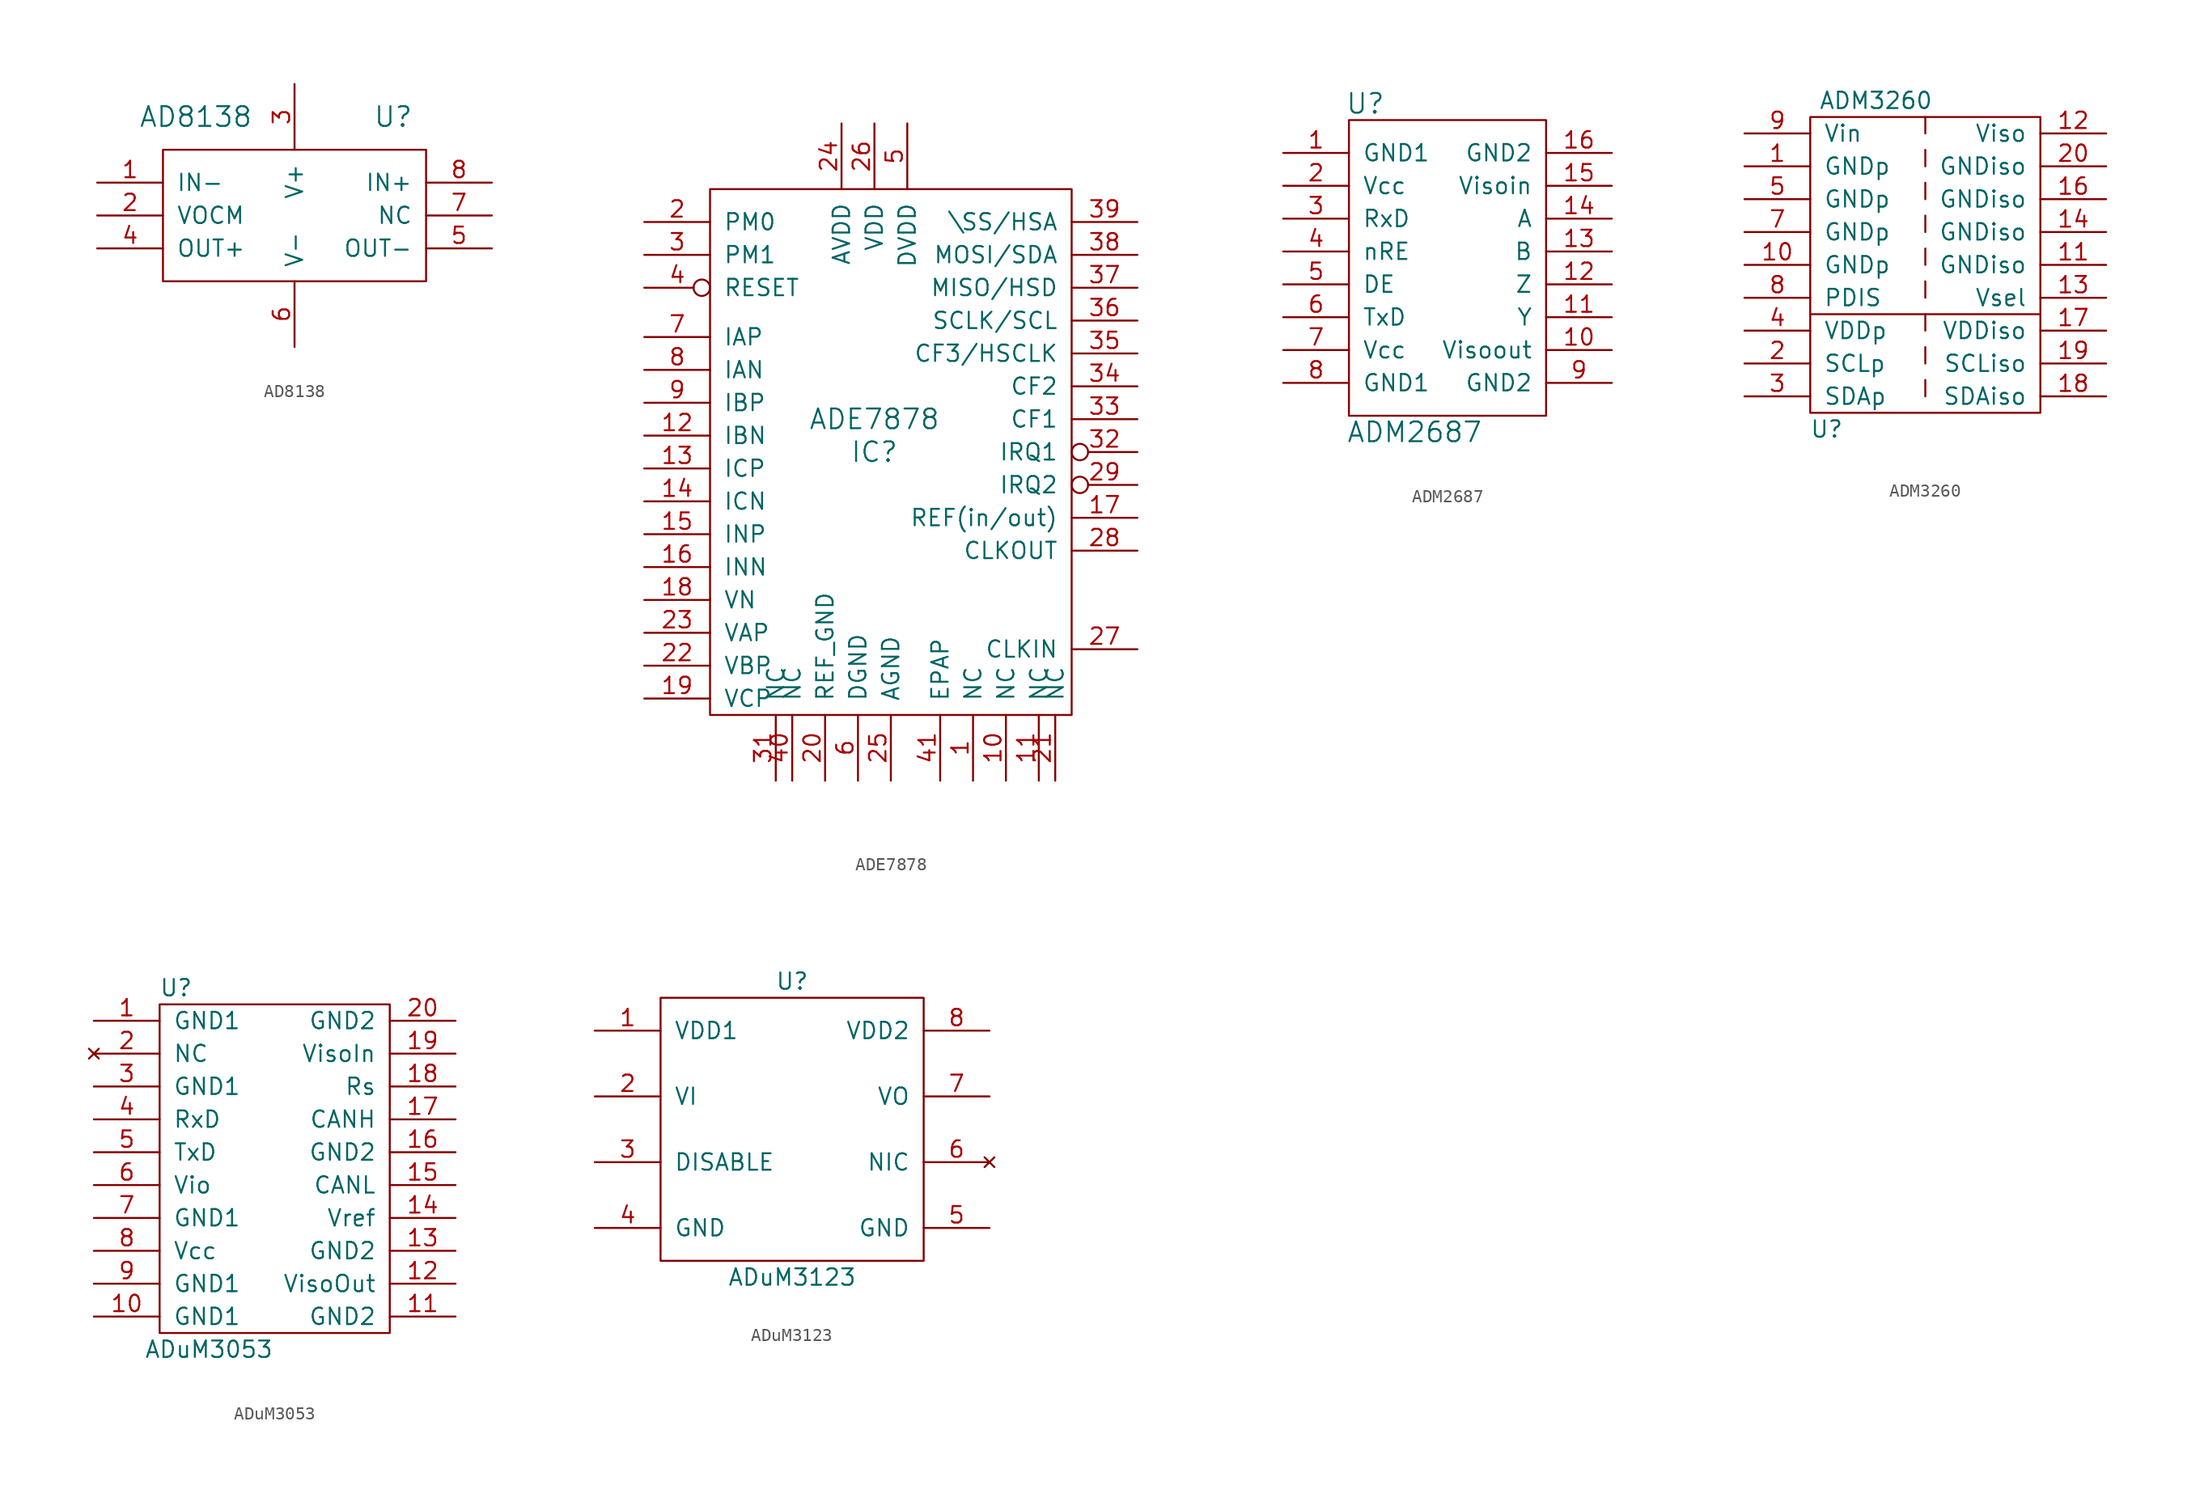
<source format=kicad_sym>
(kicad_symbol_lib
  (version 20211014)
  (generator kicad_symbol_editor)
  (symbol "AD8138"
    (pin_names
      (offset 1.016))
    (property "Reference" "U"
      (at 7.62 7.62 0)
      (effects (font (size 1.524 1.524))))
    (property "Value" "AD8138"
      (at -7.62 7.62 0)
      (effects (font (size 1.524 1.524))))
    (symbol "AD8138_0_1"
      (rectangle (start -10.16 5.08) (end 10.16 -5.08) (stroke (width 0) (type default) (color 0 0 0 0)) (fill (type none))))
    (symbol "AD8138_1_1"
      (pin input line (at -15.24 2.54 0) (length 5.08) (name "IN-" (effects (font (size 1.27 1.27)))) (number "1" (effects (font (size 1.27 1.27)))))
      (pin input line (at -15.24 0 0) (length 5.08) (name "VOCM" (effects (font (size 1.27 1.27)))) (number "2" (effects (font (size 1.27 1.27)))))
      (pin input line (at 0 10.16 270) (length 5.08) (name "V+" (effects (font (size 1.27 1.27)))) (number "3" (effects (font (size 1.27 1.27)))))
      (pin input line (at -15.24 -2.54 0) (length 5.08) (name "OUT+" (effects (font (size 1.27 1.27)))) (number "4" (effects (font (size 1.27 1.27)))))
      (pin input line (at 15.24 -2.54 180) (length 5.08) (name "OUT-" (effects (font (size 1.27 1.27)))) (number "5" (effects (font (size 1.27 1.27)))))
      (pin input line (at 0 -10.16 90) (length 5.08) (name "V-" (effects (font (size 1.27 1.27)))) (number "6" (effects (font (size 1.27 1.27)))))
      (pin input line (at 15.24 0 180) (length 5.08) (name "NC" (effects (font (size 1.27 1.27)))) (number "7" (effects (font (size 1.27 1.27)))))
      (pin input line (at 15.24 2.54 180) (length 5.08) (name "IN+" (effects (font (size 1.27 1.27)))) (number "8" (effects (font (size 1.27 1.27)))))))
  (symbol "ADE7878"
    (pin_names
      (offset 1.016))
    (property "Reference" "IC"
      (at 0 -1.27 0)
      (effects (font (size 1.524 1.524))))
    (property "Value" "ADE7878"
      (at 0 1.27 0)
      (effects (font (size 1.524 1.524))))
    (symbol "ADE7878_0_1"
      (rectangle (start -12.7 19.05) (end 15.24 -21.59) (stroke (width 0) (type default) (color 0 0 0 0)) (fill (type none))))
    (symbol "ADE7878_1_1"
      (pin input line (at 7.62 -26.67 90) (length 5.08) (name "NC" (effects (font (size 1.27 1.27)))) (number "1" (effects (font (size 1.27 1.27)))))
      (pin input line (at 10.16 -26.67 90) (length 5.08) (name "NC" (effects (font (size 1.27 1.27)))) (number "10" (effects (font (size 1.27 1.27)))))
      (pin input line (at 12.7 -26.67 90) (length 5.08) (name "NC" (effects (font (size 1.27 1.27)))) (number "11" (effects (font (size 1.27 1.27)))))
      (pin input line (at -17.78 0 0) (length 5.08) (name "IBN" (effects (font (size 1.27 1.27)))) (number "12" (effects (font (size 1.27 1.27)))))
      (pin input line (at -17.78 -2.54 0) (length 5.08) (name "ICP" (effects (font (size 1.27 1.27)))) (number "13" (effects (font (size 1.27 1.27)))))
      (pin input line (at -17.78 -5.08 0) (length 5.08) (name "ICN" (effects (font (size 1.27 1.27)))) (number "14" (effects (font (size 1.27 1.27)))))
      (pin input line (at -17.78 -7.62 0) (length 5.08) (name "INP" (effects (font (size 1.27 1.27)))) (number "15" (effects (font (size 1.27 1.27)))))
      (pin input line (at -17.78 -10.16 0) (length 5.08) (name "INN" (effects (font (size 1.27 1.27)))) (number "16" (effects (font (size 1.27 1.27)))))
      (pin input line (at 20.32 -6.35 180) (length 5.08) (name "REF(in/out)" (effects (font (size 1.27 1.27)))) (number "17" (effects (font (size 1.27 1.27)))))
      (pin input line (at -17.78 -12.7 0) (length 5.08) (name "VN" (effects (font (size 1.27 1.27)))) (number "18" (effects (font (size 1.27 1.27)))))
      (pin input line (at -17.78 -20.32 0) (length 5.08) (name "VCP" (effects (font (size 1.27 1.27)))) (number "19" (effects (font (size 1.27 1.27)))))
      (pin input line (at -17.78 16.51 0) (length 5.08) (name "PM0" (effects (font (size 1.27 1.27)))) (number "2" (effects (font (size 1.27 1.27)))))
      (pin input line (at -3.81 -26.67 90) (length 5.08) (name "REF_GND" (effects (font (size 1.27 1.27)))) (number "20" (effects (font (size 1.27 1.27)))))
      (pin input line (at 13.97 -26.67 90) (length 5.08) (name "NC" (effects (font (size 1.27 1.27)))) (number "21" (effects (font (size 1.27 1.27)))))
      (pin input line (at -17.78 -17.78 0) (length 5.08) (name "VBP" (effects (font (size 1.27 1.27)))) (number "22" (effects (font (size 1.27 1.27)))))
      (pin input line (at -17.78 -15.24 0) (length 5.08) (name "VAP" (effects (font (size 1.27 1.27)))) (number "23" (effects (font (size 1.27 1.27)))))
      (pin input line (at -2.54 24.13 270) (length 5.08) (name "AVDD" (effects (font (size 1.27 1.27)))) (number "24" (effects (font (size 1.27 1.27)))))
      (pin input line (at 1.27 -26.67 90) (length 5.08) (name "AGND" (effects (font (size 1.27 1.27)))) (number "25" (effects (font (size 1.27 1.27)))))
      (pin input line (at 0 24.13 270) (length 5.08) (name "VDD" (effects (font (size 1.27 1.27)))) (number "26" (effects (font (size 1.27 1.27)))))
      (pin input line (at 20.32 -16.51 180) (length 5.08) (name "CLKIN" (effects (font (size 1.27 1.27)))) (number "27" (effects (font (size 1.27 1.27)))))
      (pin input line (at 20.32 -8.89 180) (length 5.08) (name "CLKOUT" (effects (font (size 1.27 1.27)))) (number "28" (effects (font (size 1.27 1.27)))))
      (pin input inverted (at 20.32 -3.81 180) (length 5.08) (name "IRQ2" (effects (font (size 1.27 1.27)))) (number "29" (effects (font (size 1.27 1.27)))))
      (pin input line (at -17.78 13.97 0) (length 5.08) (name "PM1" (effects (font (size 1.27 1.27)))) (number "3" (effects (font (size 1.27 1.27)))))
      (pin input line (at -7.62 -26.67 90) (length 5.08) (name "NC" (effects (font (size 1.27 1.27)))) (number "31" (effects (font (size 1.27 1.27)))))
      (pin input inverted (at 20.32 -1.27 180) (length 5.08) (name "IRQ1" (effects (font (size 1.27 1.27)))) (number "32" (effects (font (size 1.27 1.27)))))
      (pin input line (at 20.32 1.27 180) (length 5.08) (name "CF1" (effects (font (size 1.27 1.27)))) (number "33" (effects (font (size 1.27 1.27)))))
      (pin input line (at 20.32 3.81 180) (length 5.08) (name "CF2" (effects (font (size 1.27 1.27)))) (number "34" (effects (font (size 1.27 1.27)))))
      (pin input line (at 20.32 6.35 180) (length 5.08) (name "CF3/HSCLK" (effects (font (size 1.27 1.27)))) (number "35" (effects (font (size 1.27 1.27)))))
      (pin input line (at 20.32 8.89 180) (length 5.08) (name "SCLK/SCL" (effects (font (size 1.27 1.27)))) (number "36" (effects (font (size 1.27 1.27)))))
      (pin input line (at 20.32 11.43 180) (length 5.08) (name "MISO/HSD" (effects (font (size 1.27 1.27)))) (number "37" (effects (font (size 1.27 1.27)))))
      (pin input line (at 20.32 13.97 180) (length 5.08) (name "MOSI/SDA" (effects (font (size 1.27 1.27)))) (number "38" (effects (font (size 1.27 1.27)))))
      (pin input line (at 20.32 16.51 180) (length 5.08) (name "\\SS/HSA" (effects (font (size 1.27 1.27)))) (number "39" (effects (font (size 1.27 1.27)))))
      (pin input inverted (at -17.78 11.43 0) (length 5.08) (name "RESET" (effects (font (size 1.27 1.27)))) (number "4" (effects (font (size 1.27 1.27)))))
      (pin input line (at -6.35 -26.67 90) (length 5.08) (name "NC" (effects (font (size 1.27 1.27)))) (number "40" (effects (font (size 1.27 1.27)))))
      (pin input line (at 5.08 -26.67 90) (length 5.08) (name "EPAP" (effects (font (size 1.27 1.27)))) (number "41" (effects (font (size 1.27 1.27)))))
      (pin input line (at 2.54 24.13 270) (length 5.08) (name "DVDD" (effects (font (size 1.27 1.27)))) (number "5" (effects (font (size 1.27 1.27)))))
      (pin input line (at -1.27 -26.67 90) (length 5.08) (name "DGND" (effects (font (size 1.27 1.27)))) (number "6" (effects (font (size 1.27 1.27)))))
      (pin input line (at -17.78 7.62 0) (length 5.08) (name "IAP" (effects (font (size 1.27 1.27)))) (number "7" (effects (font (size 1.27 1.27)))))
      (pin input line (at -17.78 5.08 0) (length 5.08) (name "IAN" (effects (font (size 1.27 1.27)))) (number "8" (effects (font (size 1.27 1.27)))))
      (pin input line (at -17.78 2.54 0) (length 5.08) (name "IBP" (effects (font (size 1.27 1.27)))) (number "9" (effects (font (size 1.27 1.27)))))))
  (symbol "ADM2687"
    (pin_names
      (offset 1.016))
    (property "Reference" "U"
      (at -6.35 12.7 0)
      (effects (font (size 1.524 1.524))))
    (property "Value" "ADM2687"
      (at -2.54 -12.7 0)
      (effects (font (size 1.524 1.524))))
    (symbol "ADM2687_0_1"
      (rectangle (start -7.62 11.43) (end 7.62 -11.43) (stroke (width 0) (type default) (color 0 0 0 0)) (fill (type none))))
    (symbol "ADM2687_1_1"
      (pin power_in line (at -12.7 8.89 0) (length 5.08) (name "GND1" (effects (font (size 1.27 1.27)))) (number "1" (effects (font (size 1.27 1.27)))))
      (pin power_in line (at 12.7 -6.35 180) (length 5.08) (name "Visoout" (effects (font (size 1.27 1.27)))) (number "10" (effects (font (size 1.27 1.27)))))
      (pin bidirectional line (at 12.7 -3.81 180) (length 5.08) (name "Y" (effects (font (size 1.27 1.27)))) (number "11" (effects (font (size 1.27 1.27)))))
      (pin bidirectional line (at 12.7 -1.27 180) (length 5.08) (name "Z" (effects (font (size 1.27 1.27)))) (number "12" (effects (font (size 1.27 1.27)))))
      (pin bidirectional line (at 12.7 1.27 180) (length 5.08) (name "B" (effects (font (size 1.27 1.27)))) (number "13" (effects (font (size 1.27 1.27)))))
      (pin bidirectional line (at 12.7 3.81 180) (length 5.08) (name "A" (effects (font (size 1.27 1.27)))) (number "14" (effects (font (size 1.27 1.27)))))
      (pin power_in line (at 12.7 6.35 180) (length 5.08) (name "Visoin" (effects (font (size 1.27 1.27)))) (number "15" (effects (font (size 1.27 1.27)))))
      (pin power_in line (at 12.7 8.89 180) (length 5.08) (name "GND2" (effects (font (size 1.27 1.27)))) (number "16" (effects (font (size 1.27 1.27)))))
      (pin power_in line (at -12.7 6.35 0) (length 5.08) (name "Vcc" (effects (font (size 1.27 1.27)))) (number "2" (effects (font (size 1.27 1.27)))))
      (pin output line (at -12.7 3.81 0) (length 5.08) (name "RxD" (effects (font (size 1.27 1.27)))) (number "3" (effects (font (size 1.27 1.27)))))
      (pin input line (at -12.7 1.27 0) (length 5.08) (name "nRE" (effects (font (size 1.27 1.27)))) (number "4" (effects (font (size 1.27 1.27)))))
      (pin input line (at -12.7 -1.27 0) (length 5.08) (name "DE" (effects (font (size 1.27 1.27)))) (number "5" (effects (font (size 1.27 1.27)))))
      (pin input line (at -12.7 -3.81 0) (length 5.08) (name "TxD" (effects (font (size 1.27 1.27)))) (number "6" (effects (font (size 1.27 1.27)))))
      (pin power_in line (at -12.7 -6.35 0) (length 5.08) (name "Vcc" (effects (font (size 1.27 1.27)))) (number "7" (effects (font (size 1.27 1.27)))))
      (pin power_in line (at -12.7 -8.89 0) (length 5.08) (name "GND1" (effects (font (size 1.27 1.27)))) (number "8" (effects (font (size 1.27 1.27)))))
      (pin power_in line (at 12.7 -8.89 180) (length 5.08) (name "GND2" (effects (font (size 1.27 1.27)))) (number "9" (effects (font (size 1.27 1.27)))))))
  (symbol "ADM3260"
    (pin_names
      (offset 1.016))
    (property "Reference" "U"
      (at -7.62 -12.7 0)
      (effects (font (size 1.27 1.27))))
    (property "Value" "ADM3260"
      (at -3.81 12.7 0)
      (effects (font (size 1.27 1.27))))
    (symbol "ADM3260_0_1"
      (rectangle (start -8.89 11.43) (end 8.89 -11.43) (stroke (width 0) (type default) (color 0 0 0 0)) (fill (type none)))
      (polyline (pts (xy 0 -8.89) (xy 0 -10.16)) (stroke (width 0) (type default) (color 0 0 0 0)) (fill (type none)))
      (polyline (pts (xy 0 -6.35) (xy 0 -7.62)) (stroke (width 0) (type default) (color 0 0 0 0)) (fill (type none)))
      (polyline (pts (xy 0 -3.81) (xy 0 -5.08)) (stroke (width 0) (type default) (color 0 0 0 0)) (fill (type none)))
      (polyline (pts (xy 0 -1.27) (xy 0 -2.54)) (stroke (width 0) (type default) (color 0 0 0 0)) (fill (type none)))
      (polyline (pts (xy 0 1.27) (xy 0 0)) (stroke (width 0) (type default) (color 0 0 0 0)) (fill (type none)))
      (polyline (pts (xy 0 3.81) (xy 0 2.54)) (stroke (width 0) (type default) (color 0 0 0 0)) (fill (type none)))
      (polyline (pts (xy 0 6.35) (xy 0 5.08)) (stroke (width 0) (type default) (color 0 0 0 0)) (fill (type none)))
      (polyline (pts (xy 0 8.89) (xy 0 7.62)) (stroke (width 0) (type default) (color 0 0 0 0)) (fill (type none)))
      (polyline (pts (xy 0 11.43) (xy 0 10.16)) (stroke (width 0) (type default) (color 0 0 0 0)) (fill (type none)))
      (polyline (pts (xy 8.89 -3.81) (xy -8.89 -3.81)) (stroke (width 0) (type default) (color 0 0 0 0)) (fill (type none))))
    (symbol "ADM3260_1_1"
      (pin power_in line (at -13.97 7.62 0) (length 5.08) (name "GNDp" (effects (font (size 1.27 1.27)))) (number "1" (effects (font (size 1.27 1.27)))))
      (pin power_in line (at -13.97 0 0) (length 5.08) (name "GNDp" (effects (font (size 1.27 1.27)))) (number "10" (effects (font (size 1.27 1.27)))))
      (pin power_out line (at 13.97 0 180) (length 5.08) (name "GNDiso" (effects (font (size 1.27 1.27)))) (number "11" (effects (font (size 1.27 1.27)))))
      (pin power_out line (at 13.97 10.16 180) (length 5.08) (name "Viso" (effects (font (size 1.27 1.27)))) (number "12" (effects (font (size 1.27 1.27)))))
      (pin input line (at 13.97 -2.54 180) (length 5.08) (name "Vsel" (effects (font (size 1.27 1.27)))) (number "13" (effects (font (size 1.27 1.27)))))
      (pin power_out line (at 13.97 2.54 180) (length 5.08) (name "GNDiso" (effects (font (size 1.27 1.27)))) (number "14" (effects (font (size 1.27 1.27)))))
      (pin no_connect line (at 13.97 -1.27 180) (length 5.08) hide (name "NC" (effects (font (size 1.27 1.27)))) (number "15" (effects (font (size 1.27 1.27)))))
      (pin power_out line (at 13.97 5.08 180) (length 5.08) (name "GNDiso" (effects (font (size 1.27 1.27)))) (number "16" (effects (font (size 1.27 1.27)))))
      (pin power_in line (at 13.97 -5.08 180) (length 5.08) (name "VDDiso" (effects (font (size 1.27 1.27)))) (number "17" (effects (font (size 1.27 1.27)))))
      (pin bidirectional line (at 13.97 -10.16 180) (length 5.08) (name "SDAiso" (effects (font (size 1.27 1.27)))) (number "18" (effects (font (size 1.27 1.27)))))
      (pin bidirectional line (at 13.97 -7.62 180) (length 5.08) (name "SCLiso" (effects (font (size 1.27 1.27)))) (number "19" (effects (font (size 1.27 1.27)))))
      (pin bidirectional line (at -13.97 -7.62 0) (length 5.08) (name "SCLp" (effects (font (size 1.27 1.27)))) (number "2" (effects (font (size 1.27 1.27)))))
      (pin power_out line (at 13.97 7.62 180) (length 5.08) (name "GNDiso" (effects (font (size 1.27 1.27)))) (number "20" (effects (font (size 1.27 1.27)))))
      (pin bidirectional line (at -13.97 -10.16 0) (length 5.08) (name "SDAp" (effects (font (size 1.27 1.27)))) (number "3" (effects (font (size 1.27 1.27)))))
      (pin power_in line (at -13.97 -5.08 0) (length 5.08) (name "VDDp" (effects (font (size 1.27 1.27)))) (number "4" (effects (font (size 1.27 1.27)))))
      (pin power_in line (at -13.97 5.08 0) (length 5.08) (name "GNDp" (effects (font (size 1.27 1.27)))) (number "5" (effects (font (size 1.27 1.27)))))
      (pin no_connect line (at -13.97 -1.27 0) (length 5.08) hide (name "NC" (effects (font (size 1.27 1.27)))) (number "6" (effects (font (size 1.27 1.27)))))
      (pin power_in line (at -13.97 2.54 0) (length 5.08) (name "GNDp" (effects (font (size 1.27 1.27)))) (number "7" (effects (font (size 1.27 1.27)))))
      (pin input line (at -13.97 -2.54 0) (length 5.08) (name "PDIS" (effects (font (size 1.27 1.27)))) (number "8" (effects (font (size 1.27 1.27)))))
      (pin power_in line (at -13.97 10.16 0) (length 5.08) (name "Vin" (effects (font (size 1.27 1.27)))) (number "9" (effects (font (size 1.27 1.27)))))))
  (symbol "ADuM3053"
    (pin_names
      (offset 1.016))
    (property "Reference" "U"
      (at -7.62 13.97 0)
      (effects (font (size 1.27 1.27))))
    (property "Value" "ADuM3053"
      (at -5.08 -13.97 0)
      (effects (font (size 1.27 1.27))))
    (symbol "ADuM3053_0_1"
      (rectangle (start -8.89 12.7) (end 8.89 -12.7) (stroke (width 0) (type default) (color 0 0 0 0)) (fill (type none))))
    (symbol "ADuM3053_1_1"
      (pin power_in line (at -13.97 11.43 0) (length 5.08) (name "GND1" (effects (font (size 1.27 1.27)))) (number "1" (effects (font (size 1.27 1.27)))))
      (pin power_in line (at -13.97 -11.43 0) (length 5.08) (name "GND1" (effects (font (size 1.27 1.27)))) (number "10" (effects (font (size 1.27 1.27)))))
      (pin power_out line (at 13.97 -11.43 180) (length 5.08) (name "GND2" (effects (font (size 1.27 1.27)))) (number "11" (effects (font (size 1.27 1.27)))))
      (pin power_out line (at 13.97 -8.89 180) (length 5.08) (name "VisoOut" (effects (font (size 1.27 1.27)))) (number "12" (effects (font (size 1.27 1.27)))))
      (pin power_out line (at 13.97 -6.35 180) (length 5.08) (name "GND2" (effects (font (size 1.27 1.27)))) (number "13" (effects (font (size 1.27 1.27)))))
      (pin bidirectional line (at 13.97 -3.81 180) (length 5.08) (name "Vref" (effects (font (size 1.27 1.27)))) (number "14" (effects (font (size 1.27 1.27)))))
      (pin bidirectional line (at 13.97 -1.27 180) (length 5.08) (name "CANL" (effects (font (size 1.27 1.27)))) (number "15" (effects (font (size 1.27 1.27)))))
      (pin power_out line (at 13.97 1.27 180) (length 5.08) (name "GND2" (effects (font (size 1.27 1.27)))) (number "16" (effects (font (size 1.27 1.27)))))
      (pin bidirectional line (at 13.97 3.81 180) (length 5.08) (name "CANH" (effects (font (size 1.27 1.27)))) (number "17" (effects (font (size 1.27 1.27)))))
      (pin bidirectional line (at 13.97 6.35 180) (length 5.08) (name "Rs" (effects (font (size 1.27 1.27)))) (number "18" (effects (font (size 1.27 1.27)))))
      (pin power_in line (at 13.97 8.89 180) (length 5.08) (name "VisoIn" (effects (font (size 1.27 1.27)))) (number "19" (effects (font (size 1.27 1.27)))))
      (pin no_connect line (at -13.97 8.89 0) (length 5.08) (name "NC" (effects (font (size 1.27 1.27)))) (number "2" (effects (font (size 1.27 1.27)))))
      (pin power_out line (at 13.97 11.43 180) (length 5.08) (name "GND2" (effects (font (size 1.27 1.27)))) (number "20" (effects (font (size 1.27 1.27)))))
      (pin power_in line (at -13.97 6.35 0) (length 5.08) (name "GND1" (effects (font (size 1.27 1.27)))) (number "3" (effects (font (size 1.27 1.27)))))
      (pin output line (at -13.97 3.81 0) (length 5.08) (name "RxD" (effects (font (size 1.27 1.27)))) (number "4" (effects (font (size 1.27 1.27)))))
      (pin input line (at -13.97 1.27 0) (length 5.08) (name "TxD" (effects (font (size 1.27 1.27)))) (number "5" (effects (font (size 1.27 1.27)))))
      (pin power_in line (at -13.97 -1.27 0) (length 5.08) (name "Vio" (effects (font (size 1.27 1.27)))) (number "6" (effects (font (size 1.27 1.27)))))
      (pin power_in line (at -13.97 -3.81 0) (length 5.08) (name "GND1" (effects (font (size 1.27 1.27)))) (number "7" (effects (font (size 1.27 1.27)))))
      (pin power_in line (at -13.97 -6.35 0) (length 5.08) (name "Vcc" (effects (font (size 1.27 1.27)))) (number "8" (effects (font (size 1.27 1.27)))))
      (pin power_in line (at -13.97 -8.89 0) (length 5.08) (name "GND1" (effects (font (size 1.27 1.27)))) (number "9" (effects (font (size 1.27 1.27)))))))
  (symbol "ADuM3123"
    (pin_names
      (offset 1.016))
    (property "Reference" "U"
      (at 0 11.43 0)
      (effects (font (size 1.27 1.27))))
    (property "Value" "ADuM3123"
      (at 0 -11.43 0)
      (effects (font (size 1.27 1.27))))
    (symbol "ADuM3123_0_1"
      (rectangle (start -10.16 10.16) (end 10.16 -10.16) (stroke (width 0) (type default) (color 0 0 0 0)) (fill (type none))))
    (symbol "ADuM3123_1_1"
      (pin power_in line (at -15.24 7.62 0) (length 5.08) (name "VDD1" (effects (font (size 1.27 1.27)))) (number "1" (effects (font (size 1.27 1.27)))))
      (pin input line (at -15.24 2.54 0) (length 5.08) (name "VI" (effects (font (size 1.27 1.27)))) (number "2" (effects (font (size 1.27 1.27)))))
      (pin input line (at -15.24 -2.54 0) (length 5.08) (name "DISABLE" (effects (font (size 1.27 1.27)))) (number "3" (effects (font (size 1.27 1.27)))))
      (pin power_in line (at -15.24 -7.62 0) (length 5.08) (name "GND" (effects (font (size 1.27 1.27)))) (number "4" (effects (font (size 1.27 1.27)))))
      (pin power_in line (at 15.24 -7.62 180) (length 5.08) (name "GND" (effects (font (size 1.27 1.27)))) (number "5" (effects (font (size 1.27 1.27)))))
      (pin no_connect line (at 15.24 -2.54 180) (length 5.08) (name "NIC" (effects (font (size 1.27 1.27)))) (number "6" (effects (font (size 1.27 1.27)))))
      (pin output line (at 15.24 2.54 180) (length 5.08) (name "VO" (effects (font (size 1.27 1.27)))) (number "7" (effects (font (size 1.27 1.27)))))
      (pin power_in line (at 15.24 7.62 180) (length 5.08) (name "VDD2" (effects (font (size 1.27 1.27)))) (number "8" (effects (font (size 1.27 1.27))))))))
</source>
